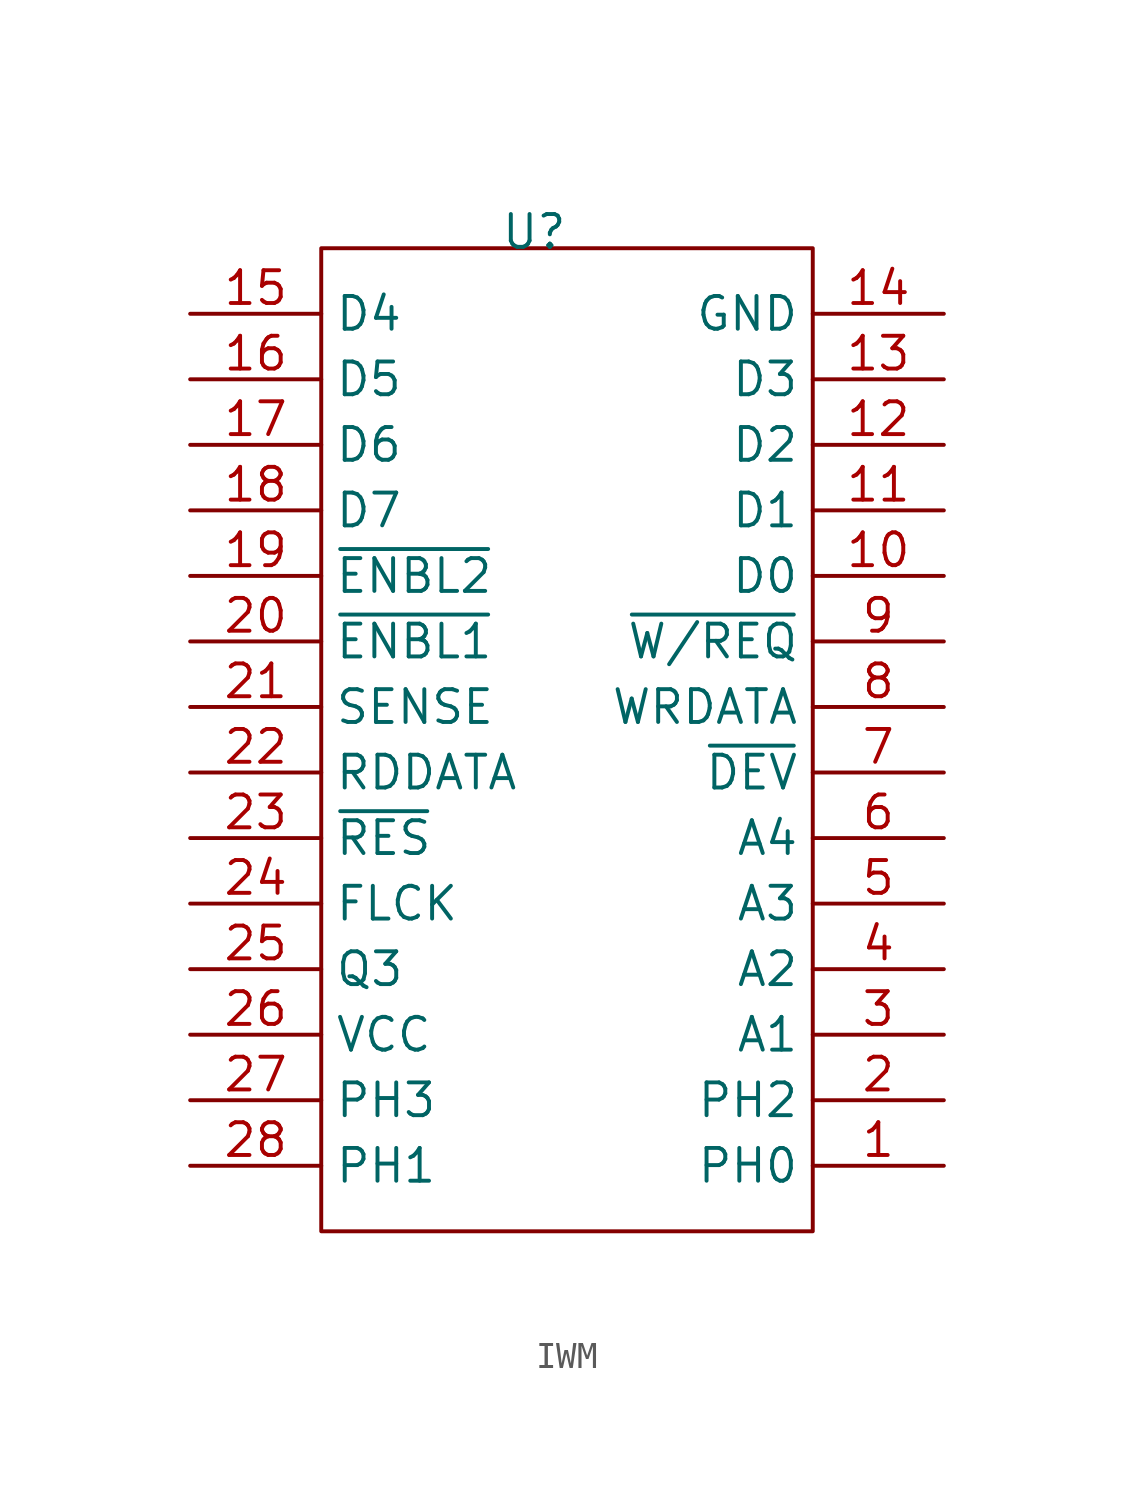
<source format=kicad_sym>
(kicad_symbol_lib
  (version 20220914)
  (generator kicad_symbol_editor)
  (symbol "IWM"
    (property "Reference" "U"
      (at -4.445 0.635 0)
      (effects (font (size 1.27 1.27))))
    (property "Value" ""
      (at 0 0 0)
      (effects (font (size 1.27 1.27))))
    (symbol "IWM_0_1"
      (rectangle (start -12.7 0) (end 6.35 -38.1) (stroke (width 0) (type default)) (fill (type none))))
    (symbol "IWM_1_1"
      (pin input line (at 11.43 -35.56 180) (length 5.08) (name "PH0" (effects (font (size 1.27 1.27)))) (number "1" (effects (font (size 1.27 1.27)))))
      (pin input line (at 11.43 -12.7 180) (length 5.08) (name "D0" (effects (font (size 1.27 1.27)))) (number "10" (effects (font (size 1.27 1.27)))))
      (pin input line (at 11.43 -10.16 180) (length 5.08) (name "D1" (effects (font (size 1.27 1.27)))) (number "11" (effects (font (size 1.27 1.27)))))
      (pin input line (at 11.43 -7.62 180) (length 5.08) (name "D2" (effects (font (size 1.27 1.27)))) (number "12" (effects (font (size 1.27 1.27)))))
      (pin input line (at 11.43 -5.08 180) (length 5.08) (name "D3" (effects (font (size 1.27 1.27)))) (number "13" (effects (font (size 1.27 1.27)))))
      (pin input line (at 11.43 -2.54 180) (length 5.08) (name "GND" (effects (font (size 1.27 1.27)))) (number "14" (effects (font (size 1.27 1.27)))))
      (pin input line (at -17.78 -2.54 0) (length 5.08) (name "D4" (effects (font (size 1.27 1.27)))) (number "15" (effects (font (size 1.27 1.27)))))
      (pin input line (at -17.78 -5.08 0) (length 5.08) (name "D5" (effects (font (size 1.27 1.27)))) (number "16" (effects (font (size 1.27 1.27)))))
      (pin input line (at -17.78 -7.62 0) (length 5.08) (name "D6" (effects (font (size 1.27 1.27)))) (number "17" (effects (font (size 1.27 1.27)))))
      (pin input line (at -17.78 -10.16 0) (length 5.08) (name "D7" (effects (font (size 1.27 1.27)))) (number "18" (effects (font (size 1.27 1.27)))))
      (pin input line (at -17.78 -12.7 0) (length 5.08) (name "~{ENBL2}" (effects (font (size 1.27 1.27)))) (number "19" (effects (font (size 1.27 1.27)))))
      (pin input line (at 11.43 -33.02 180) (length 5.08) (name "PH2" (effects (font (size 1.27 1.27)))) (number "2" (effects (font (size 1.27 1.27)))))
      (pin input line (at -17.78 -15.24 0) (length 5.08) (name "~{ENBL1}" (effects (font (size 1.27 1.27)))) (number "20" (effects (font (size 1.27 1.27)))))
      (pin input line (at -17.78 -17.78 0) (length 5.08) (name "SENSE" (effects (font (size 1.27 1.27)))) (number "21" (effects (font (size 1.27 1.27)))))
      (pin input line (at -17.78 -20.32 0) (length 5.08) (name "RDDATA" (effects (font (size 1.27 1.27)))) (number "22" (effects (font (size 1.27 1.27)))))
      (pin input line (at -17.78 -22.86 0) (length 5.08) (name "~{RES}" (effects (font (size 1.27 1.27)))) (number "23" (effects (font (size 1.27 1.27)))))
      (pin input line (at -17.78 -25.4 0) (length 5.08) (name "FLCK" (effects (font (size 1.27 1.27)))) (number "24" (effects (font (size 1.27 1.27)))))
      (pin input line (at -17.78 -27.94 0) (length 5.08) (name "Q3" (effects (font (size 1.27 1.27)))) (number "25" (effects (font (size 1.27 1.27)))))
      (pin input line (at -17.78 -30.48 0) (length 5.08) (name "VCC" (effects (font (size 1.27 1.27)))) (number "26" (effects (font (size 1.27 1.27)))))
      (pin input line (at -17.78 -33.02 0) (length 5.08) (name "PH3" (effects (font (size 1.27 1.27)))) (number "27" (effects (font (size 1.27 1.27)))))
      (pin input line (at -17.78 -35.56 0) (length 5.08) (name "PH1" (effects (font (size 1.27 1.27)))) (number "28" (effects (font (size 1.27 1.27)))))
      (pin input line (at 11.43 -30.48 180) (length 5.08) (name "A1" (effects (font (size 1.27 1.27)))) (number "3" (effects (font (size 1.27 1.27)))))
      (pin input line (at 11.43 -27.94 180) (length 5.08) (name "A2" (effects (font (size 1.27 1.27)))) (number "4" (effects (font (size 1.27 1.27)))))
      (pin input line (at 11.43 -25.4 180) (length 5.08) (name "A3" (effects (font (size 1.27 1.27)))) (number "5" (effects (font (size 1.27 1.27)))))
      (pin input line (at 11.43 -22.86 180) (length 5.08) (name "A4" (effects (font (size 1.27 1.27)))) (number "6" (effects (font (size 1.27 1.27)))))
      (pin input line (at 11.43 -20.32 180) (length 5.08) (name "~{DEV}" (effects (font (size 1.27 1.27)))) (number "7" (effects (font (size 1.27 1.27)))))
      (pin input line (at 11.43 -17.78 180) (length 5.08) (name "WRDATA" (effects (font (size 1.27 1.27)))) (number "8" (effects (font (size 1.27 1.27)))))
      (pin input line (at 11.43 -15.24 180) (length 5.08) (name "~{W/REQ}" (effects (font (size 1.27 1.27)))) (number "9" (effects (font (size 1.27 1.27))))))))
</source>
